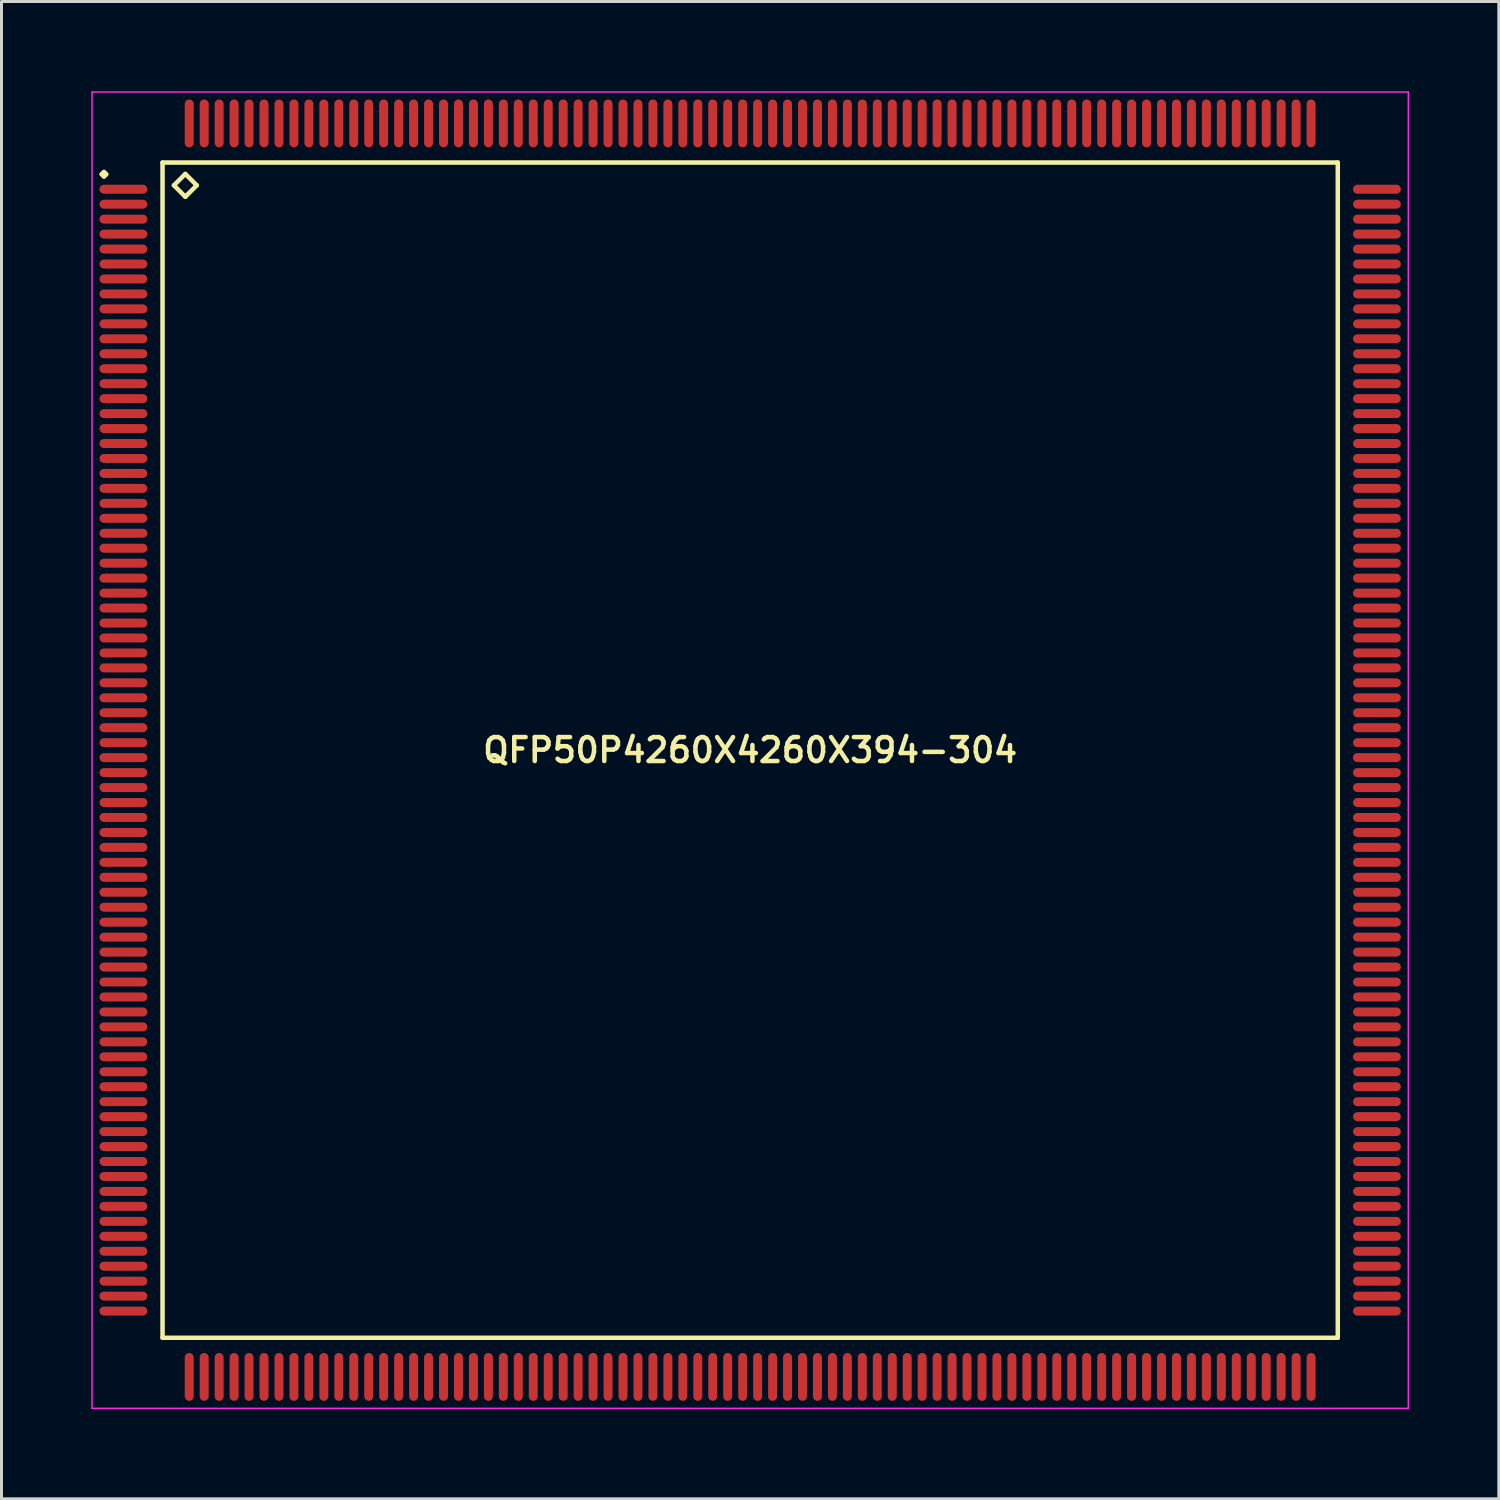
<source format=kicad_pcb>
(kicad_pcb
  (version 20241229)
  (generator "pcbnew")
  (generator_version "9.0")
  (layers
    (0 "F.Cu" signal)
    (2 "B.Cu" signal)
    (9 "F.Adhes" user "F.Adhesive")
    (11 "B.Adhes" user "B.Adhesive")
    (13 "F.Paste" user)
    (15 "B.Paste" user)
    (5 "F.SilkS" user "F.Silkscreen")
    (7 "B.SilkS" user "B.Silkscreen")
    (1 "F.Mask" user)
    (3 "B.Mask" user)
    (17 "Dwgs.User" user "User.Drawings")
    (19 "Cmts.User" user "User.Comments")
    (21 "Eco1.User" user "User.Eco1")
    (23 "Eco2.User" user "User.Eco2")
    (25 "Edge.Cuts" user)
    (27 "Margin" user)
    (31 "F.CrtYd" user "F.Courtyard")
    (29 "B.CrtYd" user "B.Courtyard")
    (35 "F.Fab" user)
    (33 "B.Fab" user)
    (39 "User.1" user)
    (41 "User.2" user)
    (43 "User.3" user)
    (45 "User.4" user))
  (footprint "QFP50P4260X4260X394-304"
    (layer "F.Cu")
    (at 22.025 22.025)
    (property "Reference" "QFP50P4260X4260X394-304" (at 0 0 0) (layer "F.SilkS") (effects (font (size 0.8 0.8) (thickness 0.15))))
    (attr smd)
    (fp_line (start -21.675 -19.25) (end -21.6 -19.325) (stroke (width 0.15) (type solid)) (layer "F.SilkS"))
    (fp_line (start -21.6 -19.325) (end -21.525 -19.25) (stroke (width 0.15) (type solid)) (layer "F.SilkS"))
    (fp_line (start -21.6 -19.175) (end -21.675 -19.25) (stroke (width 0.15) (type solid)) (layer "F.SilkS"))
    (fp_line (start -21.525 -19.25) (end -21.6 -19.175) (stroke (width 0.15) (type solid)) (layer "F.SilkS"))
    (fp_line (start -19.642 -19.642) (end -19.642 19.642) (stroke (width 0.15) (type solid)) (layer "F.SilkS"))
    (fp_line (start -19.642 19.642) (end 19.642 19.642) (stroke (width 0.15) (type solid)) (layer "F.SilkS"))
    (fp_line (start -19.261 -18.88) (end -18.88 -19.261) (stroke (width 0.15) (type solid)) (layer "F.SilkS"))
    (fp_line (start -18.88 -19.261) (end -18.499 -18.88) (stroke (width 0.15) (type solid)) (layer "F.SilkS"))
    (fp_line (start -18.88 -18.499) (end -19.261 -18.88) (stroke (width 0.15) (type solid)) (layer "F.SilkS"))
    (fp_line (start -18.499 -18.88) (end -18.88 -18.499) (stroke (width 0.15) (type solid)) (layer "F.SilkS"))
    (fp_line (start 19.642 -19.642) (end -19.642 -19.642) (stroke (width 0.15) (type solid)) (layer "F.SilkS"))
    (fp_line (start 19.642 19.642) (end 19.642 -19.642) (stroke (width 0.15) (type solid)) (layer "F.SilkS"))
    (fp_line (start -22 -22) (end 22 -22) (stroke (width 0.05) (type solid)) (layer "F.CrtYd"))
    (fp_line (start -22 22) (end -22 -22) (stroke (width 0.05) (type solid)) (layer "F.CrtYd"))
    (fp_line (start 22 -22) (end 22 22) (stroke (width 0.05) (type solid)) (layer "F.CrtYd"))
    (fp_line (start 22 22) (end -22 22) (stroke (width 0.05) (type solid)) (layer "F.CrtYd"))
    (pad "1" smd oval (at -20.95 -18.75) (size 1.6 0.3) (layers "F.Cu" "F.Mask" "F.Paste"))
    (pad "2" smd oval (at -20.95 -18.25) (size 1.6 0.3) (layers "F.Cu" "F.Mask" "F.Paste"))
    (pad "3" smd oval (at -20.95 -17.75) (size 1.6 0.3) (layers "F.Cu" "F.Mask" "F.Paste"))
    (pad "4" smd oval (at -20.95 -17.25) (size 1.6 0.3) (layers "F.Cu" "F.Mask" "F.Paste"))
    (pad "5" smd oval (at -20.95 -16.75) (size 1.6 0.3) (layers "F.Cu" "F.Mask" "F.Paste"))
    (pad "6" smd oval (at -20.95 -16.25) (size 1.6 0.3) (layers "F.Cu" "F.Mask" "F.Paste"))
    (pad "7" smd oval (at -20.95 -15.75) (size 1.6 0.3) (layers "F.Cu" "F.Mask" "F.Paste"))
    (pad "8" smd oval (at -20.95 -15.25) (size 1.6 0.3) (layers "F.Cu" "F.Mask" "F.Paste"))
    (pad "9" smd oval (at -20.95 -14.75) (size 1.6 0.3) (layers "F.Cu" "F.Mask" "F.Paste"))
    (pad "10" smd oval (at -20.95 -14.25) (size 1.6 0.3) (layers "F.Cu" "F.Mask" "F.Paste"))
    (pad "11" smd oval (at -20.95 -13.75) (size 1.6 0.3) (layers "F.Cu" "F.Mask" "F.Paste"))
    (pad "12" smd oval (at -20.95 -13.25) (size 1.6 0.3) (layers "F.Cu" "F.Mask" "F.Paste"))
    (pad "13" smd oval (at -20.95 -12.75) (size 1.6 0.3) (layers "F.Cu" "F.Mask" "F.Paste"))
    (pad "14" smd oval (at -20.95 -12.25) (size 1.6 0.3) (layers "F.Cu" "F.Mask" "F.Paste"))
    (pad "15" smd oval (at -20.95 -11.75) (size 1.6 0.3) (layers "F.Cu" "F.Mask" "F.Paste"))
    (pad "16" smd oval (at -20.95 -11.25) (size 1.6 0.3) (layers "F.Cu" "F.Mask" "F.Paste"))
    (pad "17" smd oval (at -20.95 -10.75) (size 1.6 0.3) (layers "F.Cu" "F.Mask" "F.Paste"))
    (pad "18" smd oval (at -20.95 -10.25) (size 1.6 0.3) (layers "F.Cu" "F.Mask" "F.Paste"))
    (pad "19" smd oval (at -20.95 -9.75) (size 1.6 0.3) (layers "F.Cu" "F.Mask" "F.Paste"))
    (pad "20" smd oval (at -20.95 -9.25) (size 1.6 0.3) (layers "F.Cu" "F.Mask" "F.Paste"))
    (pad "21" smd oval (at -20.95 -8.75) (size 1.6 0.3) (layers "F.Cu" "F.Mask" "F.Paste"))
    (pad "22" smd oval (at -20.95 -8.25) (size 1.6 0.3) (layers "F.Cu" "F.Mask" "F.Paste"))
    (pad "23" smd oval (at -20.95 -7.75) (size 1.6 0.3) (layers "F.Cu" "F.Mask" "F.Paste"))
    (pad "24" smd oval (at -20.95 -7.25) (size 1.6 0.3) (layers "F.Cu" "F.Mask" "F.Paste"))
    (pad "25" smd oval (at -20.95 -6.75) (size 1.6 0.3) (layers "F.Cu" "F.Mask" "F.Paste"))
    (pad "26" smd oval (at -20.95 -6.25) (size 1.6 0.3) (layers "F.Cu" "F.Mask" "F.Paste"))
    (pad "27" smd oval (at -20.95 -5.75) (size 1.6 0.3) (layers "F.Cu" "F.Mask" "F.Paste"))
    (pad "28" smd oval (at -20.95 -5.25) (size 1.6 0.3) (layers "F.Cu" "F.Mask" "F.Paste"))
    (pad "29" smd oval (at -20.95 -4.75) (size 1.6 0.3) (layers "F.Cu" "F.Mask" "F.Paste"))
    (pad "30" smd oval (at -20.95 -4.25) (size 1.6 0.3) (layers "F.Cu" "F.Mask" "F.Paste"))
    (pad "31" smd oval (at -20.95 -3.75) (size 1.6 0.3) (layers "F.Cu" "F.Mask" "F.Paste"))
    (pad "32" smd oval (at -20.95 -3.25) (size 1.6 0.3) (layers "F.Cu" "F.Mask" "F.Paste"))
    (pad "33" smd oval (at -20.95 -2.75) (size 1.6 0.3) (layers "F.Cu" "F.Mask" "F.Paste"))
    (pad "34" smd oval (at -20.95 -2.25) (size 1.6 0.3) (layers "F.Cu" "F.Mask" "F.Paste"))
    (pad "35" smd oval (at -20.95 -1.75) (size 1.6 0.3) (layers "F.Cu" "F.Mask" "F.Paste"))
    (pad "36" smd oval (at -20.95 -1.25) (size 1.6 0.3) (layers "F.Cu" "F.Mask" "F.Paste"))
    (pad "37" smd oval (at -20.95 -0.75) (size 1.6 0.3) (layers "F.Cu" "F.Mask" "F.Paste"))
    (pad "38" smd oval (at -20.95 -0.25) (size 1.6 0.3) (layers "F.Cu" "F.Mask" "F.Paste"))
    (pad "39" smd oval (at -20.95 0.25) (size 1.6 0.3) (layers "F.Cu" "F.Mask" "F.Paste"))
    (pad "40" smd oval (at -20.95 0.75) (size 1.6 0.3) (layers "F.Cu" "F.Mask" "F.Paste"))
    (pad "41" smd oval (at -20.95 1.25) (size 1.6 0.3) (layers "F.Cu" "F.Mask" "F.Paste"))
    (pad "42" smd oval (at -20.95 1.75) (size 1.6 0.3) (layers "F.Cu" "F.Mask" "F.Paste"))
    (pad "43" smd oval (at -20.95 2.25) (size 1.6 0.3) (layers "F.Cu" "F.Mask" "F.Paste"))
    (pad "44" smd oval (at -20.95 2.75) (size 1.6 0.3) (layers "F.Cu" "F.Mask" "F.Paste"))
    (pad "45" smd oval (at -20.95 3.25) (size 1.6 0.3) (layers "F.Cu" "F.Mask" "F.Paste"))
    (pad "46" smd oval (at -20.95 3.75) (size 1.6 0.3) (layers "F.Cu" "F.Mask" "F.Paste"))
    (pad "47" smd oval (at -20.95 4.25) (size 1.6 0.3) (layers "F.Cu" "F.Mask" "F.Paste"))
    (pad "48" smd oval (at -20.95 4.75) (size 1.6 0.3) (layers "F.Cu" "F.Mask" "F.Paste"))
    (pad "49" smd oval (at -20.95 5.25) (size 1.6 0.3) (layers "F.Cu" "F.Mask" "F.Paste"))
    (pad "50" smd oval (at -20.95 5.75) (size 1.6 0.3) (layers "F.Cu" "F.Mask" "F.Paste"))
    (pad "51" smd oval (at -20.95 6.25) (size 1.6 0.3) (layers "F.Cu" "F.Mask" "F.Paste"))
    (pad "52" smd oval (at -20.95 6.75) (size 1.6 0.3) (layers "F.Cu" "F.Mask" "F.Paste"))
    (pad "53" smd oval (at -20.95 7.25) (size 1.6 0.3) (layers "F.Cu" "F.Mask" "F.Paste"))
    (pad "54" smd oval (at -20.95 7.75) (size 1.6 0.3) (layers "F.Cu" "F.Mask" "F.Paste"))
    (pad "55" smd oval (at -20.95 8.25) (size 1.6 0.3) (layers "F.Cu" "F.Mask" "F.Paste"))
    (pad "56" smd oval (at -20.95 8.75) (size 1.6 0.3) (layers "F.Cu" "F.Mask" "F.Paste"))
    (pad "57" smd oval (at -20.95 9.25) (size 1.6 0.3) (layers "F.Cu" "F.Mask" "F.Paste"))
    (pad "58" smd oval (at -20.95 9.75) (size 1.6 0.3) (layers "F.Cu" "F.Mask" "F.Paste"))
    (pad "59" smd oval (at -20.95 10.25) (size 1.6 0.3) (layers "F.Cu" "F.Mask" "F.Paste"))
    (pad "60" smd oval (at -20.95 10.75) (size 1.6 0.3) (layers "F.Cu" "F.Mask" "F.Paste"))
    (pad "61" smd oval (at -20.95 11.25) (size 1.6 0.3) (layers "F.Cu" "F.Mask" "F.Paste"))
    (pad "62" smd oval (at -20.95 11.75) (size 1.6 0.3) (layers "F.Cu" "F.Mask" "F.Paste"))
    (pad "63" smd oval (at -20.95 12.25) (size 1.6 0.3) (layers "F.Cu" "F.Mask" "F.Paste"))
    (pad "64" smd oval (at -20.95 12.75) (size 1.6 0.3) (layers "F.Cu" "F.Mask" "F.Paste"))
    (pad "65" smd oval (at -20.95 13.25) (size 1.6 0.3) (layers "F.Cu" "F.Mask" "F.Paste"))
    (pad "66" smd oval (at -20.95 13.75) (size 1.6 0.3) (layers "F.Cu" "F.Mask" "F.Paste"))
    (pad "67" smd oval (at -20.95 14.25) (size 1.6 0.3) (layers "F.Cu" "F.Mask" "F.Paste"))
    (pad "68" smd oval (at -20.95 14.75) (size 1.6 0.3) (layers "F.Cu" "F.Mask" "F.Paste"))
    (pad "69" smd oval (at -20.95 15.25) (size 1.6 0.3) (layers "F.Cu" "F.Mask" "F.Paste"))
    (pad "70" smd oval (at -20.95 15.75) (size 1.6 0.3) (layers "F.Cu" "F.Mask" "F.Paste"))
    (pad "71" smd oval (at -20.95 16.25) (size 1.6 0.3) (layers "F.Cu" "F.Mask" "F.Paste"))
    (pad "72" smd oval (at -20.95 16.75) (size 1.6 0.3) (layers "F.Cu" "F.Mask" "F.Paste"))
    (pad "73" smd oval (at -20.95 17.25) (size 1.6 0.3) (layers "F.Cu" "F.Mask" "F.Paste"))
    (pad "74" smd oval (at -20.95 17.75) (size 1.6 0.3) (layers "F.Cu" "F.Mask" "F.Paste"))
    (pad "75" smd oval (at -20.95 18.25) (size 1.6 0.3) (layers "F.Cu" "F.Mask" "F.Paste"))
    (pad "76" smd oval (at -20.95 18.75) (size 1.6 0.3) (layers "F.Cu" "F.Mask" "F.Paste"))
    (pad "77" smd oval (at -18.75 20.95) (size 0.3 1.6) (layers "F.Cu" "F.Mask" "F.Paste"))
    (pad "78" smd oval (at -18.25 20.95) (size 0.3 1.6) (layers "F.Cu" "F.Mask" "F.Paste"))
    (pad "79" smd oval (at -17.75 20.95) (size 0.3 1.6) (layers "F.Cu" "F.Mask" "F.Paste"))
    (pad "80" smd oval (at -17.25 20.95) (size 0.3 1.6) (layers "F.Cu" "F.Mask" "F.Paste"))
    (pad "81" smd oval (at -16.75 20.95) (size 0.3 1.6) (layers "F.Cu" "F.Mask" "F.Paste"))
    (pad "82" smd oval (at -16.25 20.95) (size 0.3 1.6) (layers "F.Cu" "F.Mask" "F.Paste"))
    (pad "83" smd oval (at -15.75 20.95) (size 0.3 1.6) (layers "F.Cu" "F.Mask" "F.Paste"))
    (pad "84" smd oval (at -15.25 20.95) (size 0.3 1.6) (layers "F.Cu" "F.Mask" "F.Paste"))
    (pad "85" smd oval (at -14.75 20.95) (size 0.3 1.6) (layers "F.Cu" "F.Mask" "F.Paste"))
    (pad "86" smd oval (at -14.25 20.95) (size 0.3 1.6) (layers "F.Cu" "F.Mask" "F.Paste"))
    (pad "87" smd oval (at -13.75 20.95) (size 0.3 1.6) (layers "F.Cu" "F.Mask" "F.Paste"))
    (pad "88" smd oval (at -13.25 20.95) (size 0.3 1.6) (layers "F.Cu" "F.Mask" "F.Paste"))
    (pad "89" smd oval (at -12.75 20.95) (size 0.3 1.6) (layers "F.Cu" "F.Mask" "F.Paste"))
    (pad "90" smd oval (at -12.25 20.95) (size 0.3 1.6) (layers "F.Cu" "F.Mask" "F.Paste"))
    (pad "91" smd oval (at -11.75 20.95) (size 0.3 1.6) (layers "F.Cu" "F.Mask" "F.Paste"))
    (pad "92" smd oval (at -11.25 20.95) (size 0.3 1.6) (layers "F.Cu" "F.Mask" "F.Paste"))
    (pad "93" smd oval (at -10.75 20.95) (size 0.3 1.6) (layers "F.Cu" "F.Mask" "F.Paste"))
    (pad "94" smd oval (at -10.25 20.95) (size 0.3 1.6) (layers "F.Cu" "F.Mask" "F.Paste"))
    (pad "95" smd oval (at -9.75 20.95) (size 0.3 1.6) (layers "F.Cu" "F.Mask" "F.Paste"))
    (pad "96" smd oval (at -9.25 20.95) (size 0.3 1.6) (layers "F.Cu" "F.Mask" "F.Paste"))
    (pad "97" smd oval (at -8.75 20.95) (size 0.3 1.6) (layers "F.Cu" "F.Mask" "F.Paste"))
    (pad "98" smd oval (at -8.25 20.95) (size 0.3 1.6) (layers "F.Cu" "F.Mask" "F.Paste"))
    (pad "99" smd oval (at -7.75 20.95) (size 0.3 1.6) (layers "F.Cu" "F.Mask" "F.Paste"))
    (pad "100" smd oval (at -7.25 20.95) (size 0.3 1.6) (layers "F.Cu" "F.Mask" "F.Paste"))
    (pad "101" smd oval (at -6.75 20.95) (size 0.3 1.6) (layers "F.Cu" "F.Mask" "F.Paste"))
    (pad "102" smd oval (at -6.25 20.95) (size 0.3 1.6) (layers "F.Cu" "F.Mask" "F.Paste"))
    (pad "103" smd oval (at -5.75 20.95) (size 0.3 1.6) (layers "F.Cu" "F.Mask" "F.Paste"))
    (pad "104" smd oval (at -5.25 20.95) (size 0.3 1.6) (layers "F.Cu" "F.Mask" "F.Paste"))
    (pad "105" smd oval (at -4.75 20.95) (size 0.3 1.6) (layers "F.Cu" "F.Mask" "F.Paste"))
    (pad "106" smd oval (at -4.25 20.95) (size 0.3 1.6) (layers "F.Cu" "F.Mask" "F.Paste"))
    (pad "107" smd oval (at -3.75 20.95) (size 0.3 1.6) (layers "F.Cu" "F.Mask" "F.Paste"))
    (pad "108" smd oval (at -3.25 20.95) (size 0.3 1.6) (layers "F.Cu" "F.Mask" "F.Paste"))
    (pad "109" smd oval (at -2.75 20.95) (size 0.3 1.6) (layers "F.Cu" "F.Mask" "F.Paste"))
    (pad "110" smd oval (at -2.25 20.95) (size 0.3 1.6) (layers "F.Cu" "F.Mask" "F.Paste"))
    (pad "111" smd oval (at -1.75 20.95) (size 0.3 1.6) (layers "F.Cu" "F.Mask" "F.Paste"))
    (pad "112" smd oval (at -1.25 20.95) (size 0.3 1.6) (layers "F.Cu" "F.Mask" "F.Paste"))
    (pad "113" smd oval (at -0.75 20.95) (size 0.3 1.6) (layers "F.Cu" "F.Mask" "F.Paste"))
    (pad "114" smd oval (at -0.25 20.95) (size 0.3 1.6) (layers "F.Cu" "F.Mask" "F.Paste"))
    (pad "115" smd oval (at 0.25 20.95) (size 0.3 1.6) (layers "F.Cu" "F.Mask" "F.Paste"))
    (pad "116" smd oval (at 0.75 20.95) (size 0.3 1.6) (layers "F.Cu" "F.Mask" "F.Paste"))
    (pad "117" smd oval (at 1.25 20.95) (size 0.3 1.6) (layers "F.Cu" "F.Mask" "F.Paste"))
    (pad "118" smd oval (at 1.75 20.95) (size 0.3 1.6) (layers "F.Cu" "F.Mask" "F.Paste"))
    (pad "119" smd oval (at 2.25 20.95) (size 0.3 1.6) (layers "F.Cu" "F.Mask" "F.Paste"))
    (pad "120" smd oval (at 2.75 20.95) (size 0.3 1.6) (layers "F.Cu" "F.Mask" "F.Paste"))
    (pad "121" smd oval (at 3.25 20.95) (size 0.3 1.6) (layers "F.Cu" "F.Mask" "F.Paste"))
    (pad "122" smd oval (at 3.75 20.95) (size 0.3 1.6) (layers "F.Cu" "F.Mask" "F.Paste"))
    (pad "123" smd oval (at 4.25 20.95) (size 0.3 1.6) (layers "F.Cu" "F.Mask" "F.Paste"))
    (pad "124" smd oval (at 4.75 20.95) (size 0.3 1.6) (layers "F.Cu" "F.Mask" "F.Paste"))
    (pad "125" smd oval (at 5.25 20.95) (size 0.3 1.6) (layers "F.Cu" "F.Mask" "F.Paste"))
    (pad "126" smd oval (at 5.75 20.95) (size 0.3 1.6) (layers "F.Cu" "F.Mask" "F.Paste"))
    (pad "127" smd oval (at 6.25 20.95) (size 0.3 1.6) (layers "F.Cu" "F.Mask" "F.Paste"))
    (pad "128" smd oval (at 6.75 20.95) (size 0.3 1.6) (layers "F.Cu" "F.Mask" "F.Paste"))
    (pad "129" smd oval (at 7.25 20.95) (size 0.3 1.6) (layers "F.Cu" "F.Mask" "F.Paste"))
    (pad "130" smd oval (at 7.75 20.95) (size 0.3 1.6) (layers "F.Cu" "F.Mask" "F.Paste"))
    (pad "131" smd oval (at 8.25 20.95) (size 0.3 1.6) (layers "F.Cu" "F.Mask" "F.Paste"))
    (pad "132" smd oval (at 8.75 20.95) (size 0.3 1.6) (layers "F.Cu" "F.Mask" "F.Paste"))
    (pad "133" smd oval (at 9.25 20.95) (size 0.3 1.6) (layers "F.Cu" "F.Mask" "F.Paste"))
    (pad "134" smd oval (at 9.75 20.95) (size 0.3 1.6) (layers "F.Cu" "F.Mask" "F.Paste"))
    (pad "135" smd oval (at 10.25 20.95) (size 0.3 1.6) (layers "F.Cu" "F.Mask" "F.Paste"))
    (pad "136" smd oval (at 10.75 20.95) (size 0.3 1.6) (layers "F.Cu" "F.Mask" "F.Paste"))
    (pad "137" smd oval (at 11.25 20.95) (size 0.3 1.6) (layers "F.Cu" "F.Mask" "F.Paste"))
    (pad "138" smd oval (at 11.75 20.95) (size 0.3 1.6) (layers "F.Cu" "F.Mask" "F.Paste"))
    (pad "139" smd oval (at 12.25 20.95) (size 0.3 1.6) (layers "F.Cu" "F.Mask" "F.Paste"))
    (pad "140" smd oval (at 12.75 20.95) (size 0.3 1.6) (layers "F.Cu" "F.Mask" "F.Paste"))
    (pad "141" smd oval (at 13.25 20.95) (size 0.3 1.6) (layers "F.Cu" "F.Mask" "F.Paste"))
    (pad "142" smd oval (at 13.75 20.95) (size 0.3 1.6) (layers "F.Cu" "F.Mask" "F.Paste"))
    (pad "143" smd oval (at 14.25 20.95) (size 0.3 1.6) (layers "F.Cu" "F.Mask" "F.Paste"))
    (pad "144" smd oval (at 14.75 20.95) (size 0.3 1.6) (layers "F.Cu" "F.Mask" "F.Paste"))
    (pad "145" smd oval (at 15.25 20.95) (size 0.3 1.6) (layers "F.Cu" "F.Mask" "F.Paste"))
    (pad "146" smd oval (at 15.75 20.95) (size 0.3 1.6) (layers "F.Cu" "F.Mask" "F.Paste"))
    (pad "147" smd oval (at 16.25 20.95) (size 0.3 1.6) (layers "F.Cu" "F.Mask" "F.Paste"))
    (pad "148" smd oval (at 16.75 20.95) (size 0.3 1.6) (layers "F.Cu" "F.Mask" "F.Paste"))
    (pad "149" smd oval (at 17.25 20.95) (size 0.3 1.6) (layers "F.Cu" "F.Mask" "F.Paste"))
    (pad "150" smd oval (at 17.75 20.95) (size 0.3 1.6) (layers "F.Cu" "F.Mask" "F.Paste"))
    (pad "151" smd oval (at 18.25 20.95) (size 0.3 1.6) (layers "F.Cu" "F.Mask" "F.Paste"))
    (pad "152" smd oval (at 18.75 20.95) (size 0.3 1.6) (layers "F.Cu" "F.Mask" "F.Paste"))
    (pad "153" smd oval (at 20.95 18.75) (size 1.6 0.3) (layers "F.Cu" "F.Mask" "F.Paste"))
    (pad "154" smd oval (at 20.95 18.25) (size 1.6 0.3) (layers "F.Cu" "F.Mask" "F.Paste"))
    (pad "155" smd oval (at 20.95 17.75) (size 1.6 0.3) (layers "F.Cu" "F.Mask" "F.Paste"))
    (pad "156" smd oval (at 20.95 17.25) (size 1.6 0.3) (layers "F.Cu" "F.Mask" "F.Paste"))
    (pad "157" smd oval (at 20.95 16.75) (size 1.6 0.3) (layers "F.Cu" "F.Mask" "F.Paste"))
    (pad "158" smd oval (at 20.95 16.25) (size 1.6 0.3) (layers "F.Cu" "F.Mask" "F.Paste"))
    (pad "159" smd oval (at 20.95 15.75) (size 1.6 0.3) (layers "F.Cu" "F.Mask" "F.Paste"))
    (pad "160" smd oval (at 20.95 15.25) (size 1.6 0.3) (layers "F.Cu" "F.Mask" "F.Paste"))
    (pad "161" smd oval (at 20.95 14.75) (size 1.6 0.3) (layers "F.Cu" "F.Mask" "F.Paste"))
    (pad "162" smd oval (at 20.95 14.25) (size 1.6 0.3) (layers "F.Cu" "F.Mask" "F.Paste"))
    (pad "163" smd oval (at 20.95 13.75) (size 1.6 0.3) (layers "F.Cu" "F.Mask" "F.Paste"))
    (pad "164" smd oval (at 20.95 13.25) (size 1.6 0.3) (layers "F.Cu" "F.Mask" "F.Paste"))
    (pad "165" smd oval (at 20.95 12.75) (size 1.6 0.3) (layers "F.Cu" "F.Mask" "F.Paste"))
    (pad "166" smd oval (at 20.95 12.25) (size 1.6 0.3) (layers "F.Cu" "F.Mask" "F.Paste"))
    (pad "167" smd oval (at 20.95 11.75) (size 1.6 0.3) (layers "F.Cu" "F.Mask" "F.Paste"))
    (pad "168" smd oval (at 20.95 11.25) (size 1.6 0.3) (layers "F.Cu" "F.Mask" "F.Paste"))
    (pad "169" smd oval (at 20.95 10.75) (size 1.6 0.3) (layers "F.Cu" "F.Mask" "F.Paste"))
    (pad "170" smd oval (at 20.95 10.25) (size 1.6 0.3) (layers "F.Cu" "F.Mask" "F.Paste"))
    (pad "171" smd oval (at 20.95 9.75) (size 1.6 0.3) (layers "F.Cu" "F.Mask" "F.Paste"))
    (pad "172" smd oval (at 20.95 9.25) (size 1.6 0.3) (layers "F.Cu" "F.Mask" "F.Paste"))
    (pad "173" smd oval (at 20.95 8.75) (size 1.6 0.3) (layers "F.Cu" "F.Mask" "F.Paste"))
    (pad "174" smd oval (at 20.95 8.25) (size 1.6 0.3) (layers "F.Cu" "F.Mask" "F.Paste"))
    (pad "175" smd oval (at 20.95 7.75) (size 1.6 0.3) (layers "F.Cu" "F.Mask" "F.Paste"))
    (pad "176" smd oval (at 20.95 7.25) (size 1.6 0.3) (layers "F.Cu" "F.Mask" "F.Paste"))
    (pad "177" smd oval (at 20.95 6.75) (size 1.6 0.3) (layers "F.Cu" "F.Mask" "F.Paste"))
    (pad "178" smd oval (at 20.95 6.25) (size 1.6 0.3) (layers "F.Cu" "F.Mask" "F.Paste"))
    (pad "179" smd oval (at 20.95 5.75) (size 1.6 0.3) (layers "F.Cu" "F.Mask" "F.Paste"))
    (pad "180" smd oval (at 20.95 5.25) (size 1.6 0.3) (layers "F.Cu" "F.Mask" "F.Paste"))
    (pad "181" smd oval (at 20.95 4.75) (size 1.6 0.3) (layers "F.Cu" "F.Mask" "F.Paste"))
    (pad "182" smd oval (at 20.95 4.25) (size 1.6 0.3) (layers "F.Cu" "F.Mask" "F.Paste"))
    (pad "183" smd oval (at 20.95 3.75) (size 1.6 0.3) (layers "F.Cu" "F.Mask" "F.Paste"))
    (pad "184" smd oval (at 20.95 3.25) (size 1.6 0.3) (layers "F.Cu" "F.Mask" "F.Paste"))
    (pad "185" smd oval (at 20.95 2.75) (size 1.6 0.3) (layers "F.Cu" "F.Mask" "F.Paste"))
    (pad "186" smd oval (at 20.95 2.25) (size 1.6 0.3) (layers "F.Cu" "F.Mask" "F.Paste"))
    (pad "187" smd oval (at 20.95 1.75) (size 1.6 0.3) (layers "F.Cu" "F.Mask" "F.Paste"))
    (pad "188" smd oval (at 20.95 1.25) (size 1.6 0.3) (layers "F.Cu" "F.Mask" "F.Paste"))
    (pad "189" smd oval (at 20.95 0.75) (size 1.6 0.3) (layers "F.Cu" "F.Mask" "F.Paste"))
    (pad "190" smd oval (at 20.95 0.25) (size 1.6 0.3) (layers "F.Cu" "F.Mask" "F.Paste"))
    (pad "191" smd oval (at 20.95 -0.25) (size 1.6 0.3) (layers "F.Cu" "F.Mask" "F.Paste"))
    (pad "192" smd oval (at 20.95 -0.75) (size 1.6 0.3) (layers "F.Cu" "F.Mask" "F.Paste"))
    (pad "193" smd oval (at 20.95 -1.25) (size 1.6 0.3) (layers "F.Cu" "F.Mask" "F.Paste"))
    (pad "194" smd oval (at 20.95 -1.75) (size 1.6 0.3) (layers "F.Cu" "F.Mask" "F.Paste"))
    (pad "195" smd oval (at 20.95 -2.25) (size 1.6 0.3) (layers "F.Cu" "F.Mask" "F.Paste"))
    (pad "196" smd oval (at 20.95 -2.75) (size 1.6 0.3) (layers "F.Cu" "F.Mask" "F.Paste"))
    (pad "197" smd oval (at 20.95 -3.25) (size 1.6 0.3) (layers "F.Cu" "F.Mask" "F.Paste"))
    (pad "198" smd oval (at 20.95 -3.75) (size 1.6 0.3) (layers "F.Cu" "F.Mask" "F.Paste"))
    (pad "199" smd oval (at 20.95 -4.25) (size 1.6 0.3) (layers "F.Cu" "F.Mask" "F.Paste"))
    (pad "200" smd oval (at 20.95 -4.75) (size 1.6 0.3) (layers "F.Cu" "F.Mask" "F.Paste"))
    (pad "201" smd oval (at 20.95 -5.25) (size 1.6 0.3) (layers "F.Cu" "F.Mask" "F.Paste"))
    (pad "202" smd oval (at 20.95 -5.75) (size 1.6 0.3) (layers "F.Cu" "F.Mask" "F.Paste"))
    (pad "203" smd oval (at 20.95 -6.25) (size 1.6 0.3) (layers "F.Cu" "F.Mask" "F.Paste"))
    (pad "204" smd oval (at 20.95 -6.75) (size 1.6 0.3) (layers "F.Cu" "F.Mask" "F.Paste"))
    (pad "205" smd oval (at 20.95 -7.25) (size 1.6 0.3) (layers "F.Cu" "F.Mask" "F.Paste"))
    (pad "206" smd oval (at 20.95 -7.75) (size 1.6 0.3) (layers "F.Cu" "F.Mask" "F.Paste"))
    (pad "207" smd oval (at 20.95 -8.25) (size 1.6 0.3) (layers "F.Cu" "F.Mask" "F.Paste"))
    (pad "208" smd oval (at 20.95 -8.75) (size 1.6 0.3) (layers "F.Cu" "F.Mask" "F.Paste"))
    (pad "209" smd oval (at 20.95 -9.25) (size 1.6 0.3) (layers "F.Cu" "F.Mask" "F.Paste"))
    (pad "210" smd oval (at 20.95 -9.75) (size 1.6 0.3) (layers "F.Cu" "F.Mask" "F.Paste"))
    (pad "211" smd oval (at 20.95 -10.25) (size 1.6 0.3) (layers "F.Cu" "F.Mask" "F.Paste"))
    (pad "212" smd oval (at 20.95 -10.75) (size 1.6 0.3) (layers "F.Cu" "F.Mask" "F.Paste"))
    (pad "213" smd oval (at 20.95 -11.25) (size 1.6 0.3) (layers "F.Cu" "F.Mask" "F.Paste"))
    (pad "214" smd oval (at 20.95 -11.75) (size 1.6 0.3) (layers "F.Cu" "F.Mask" "F.Paste"))
    (pad "215" smd oval (at 20.95 -12.25) (size 1.6 0.3) (layers "F.Cu" "F.Mask" "F.Paste"))
    (pad "216" smd oval (at 20.95 -12.75) (size 1.6 0.3) (layers "F.Cu" "F.Mask" "F.Paste"))
    (pad "217" smd oval (at 20.95 -13.25) (size 1.6 0.3) (layers "F.Cu" "F.Mask" "F.Paste"))
    (pad "218" smd oval (at 20.95 -13.75) (size 1.6 0.3) (layers "F.Cu" "F.Mask" "F.Paste"))
    (pad "219" smd oval (at 20.95 -14.25) (size 1.6 0.3) (layers "F.Cu" "F.Mask" "F.Paste"))
    (pad "220" smd oval (at 20.95 -14.75) (size 1.6 0.3) (layers "F.Cu" "F.Mask" "F.Paste"))
    (pad "221" smd oval (at 20.95 -15.25) (size 1.6 0.3) (layers "F.Cu" "F.Mask" "F.Paste"))
    (pad "222" smd oval (at 20.95 -15.75) (size 1.6 0.3) (layers "F.Cu" "F.Mask" "F.Paste"))
    (pad "223" smd oval (at 20.95 -16.25) (size 1.6 0.3) (layers "F.Cu" "F.Mask" "F.Paste"))
    (pad "224" smd oval (at 20.95 -16.75) (size 1.6 0.3) (layers "F.Cu" "F.Mask" "F.Paste"))
    (pad "225" smd oval (at 20.95 -17.25) (size 1.6 0.3) (layers "F.Cu" "F.Mask" "F.Paste"))
    (pad "226" smd oval (at 20.95 -17.75) (size 1.6 0.3) (layers "F.Cu" "F.Mask" "F.Paste"))
    (pad "227" smd oval (at 20.95 -18.25) (size 1.6 0.3) (layers "F.Cu" "F.Mask" "F.Paste"))
    (pad "228" smd oval (at 20.95 -18.75) (size 1.6 0.3) (layers "F.Cu" "F.Mask" "F.Paste"))
    (pad "229" smd oval (at 18.75 -20.95) (size 0.3 1.6) (layers "F.Cu" "F.Mask" "F.Paste"))
    (pad "230" smd oval (at 18.25 -20.95) (size 0.3 1.6) (layers "F.Cu" "F.Mask" "F.Paste"))
    (pad "231" smd oval (at 17.75 -20.95) (size 0.3 1.6) (layers "F.Cu" "F.Mask" "F.Paste"))
    (pad "232" smd oval (at 17.25 -20.95) (size 0.3 1.6) (layers "F.Cu" "F.Mask" "F.Paste"))
    (pad "233" smd oval (at 16.75 -20.95) (size 0.3 1.6) (layers "F.Cu" "F.Mask" "F.Paste"))
    (pad "234" smd oval (at 16.25 -20.95) (size 0.3 1.6) (layers "F.Cu" "F.Mask" "F.Paste"))
    (pad "235" smd oval (at 15.75 -20.95) (size 0.3 1.6) (layers "F.Cu" "F.Mask" "F.Paste"))
    (pad "236" smd oval (at 15.25 -20.95) (size 0.3 1.6) (layers "F.Cu" "F.Mask" "F.Paste"))
    (pad "237" smd oval (at 14.75 -20.95) (size 0.3 1.6) (layers "F.Cu" "F.Mask" "F.Paste"))
    (pad "238" smd oval (at 14.25 -20.95) (size 0.3 1.6) (layers "F.Cu" "F.Mask" "F.Paste"))
    (pad "239" smd oval (at 13.75 -20.95) (size 0.3 1.6) (layers "F.Cu" "F.Mask" "F.Paste"))
    (pad "240" smd oval (at 13.25 -20.95) (size 0.3 1.6) (layers "F.Cu" "F.Mask" "F.Paste"))
    (pad "241" smd oval (at 12.75 -20.95) (size 0.3 1.6) (layers "F.Cu" "F.Mask" "F.Paste"))
    (pad "242" smd oval (at 12.25 -20.95) (size 0.3 1.6) (layers "F.Cu" "F.Mask" "F.Paste"))
    (pad "243" smd oval (at 11.75 -20.95) (size 0.3 1.6) (layers "F.Cu" "F.Mask" "F.Paste"))
    (pad "244" smd oval (at 11.25 -20.95) (size 0.3 1.6) (layers "F.Cu" "F.Mask" "F.Paste"))
    (pad "245" smd oval (at 10.75 -20.95) (size 0.3 1.6) (layers "F.Cu" "F.Mask" "F.Paste"))
    (pad "246" smd oval (at 10.25 -20.95) (size 0.3 1.6) (layers "F.Cu" "F.Mask" "F.Paste"))
    (pad "247" smd oval (at 9.75 -20.95) (size 0.3 1.6) (layers "F.Cu" "F.Mask" "F.Paste"))
    (pad "248" smd oval (at 9.25 -20.95) (size 0.3 1.6) (layers "F.Cu" "F.Mask" "F.Paste"))
    (pad "249" smd oval (at 8.75 -20.95) (size 0.3 1.6) (layers "F.Cu" "F.Mask" "F.Paste"))
    (pad "250" smd oval (at 8.25 -20.95) (size 0.3 1.6) (layers "F.Cu" "F.Mask" "F.Paste"))
    (pad "251" smd oval (at 7.75 -20.95) (size 0.3 1.6) (layers "F.Cu" "F.Mask" "F.Paste"))
    (pad "252" smd oval (at 7.25 -20.95) (size 0.3 1.6) (layers "F.Cu" "F.Mask" "F.Paste"))
    (pad "253" smd oval (at 6.75 -20.95) (size 0.3 1.6) (layers "F.Cu" "F.Mask" "F.Paste"))
    (pad "254" smd oval (at 6.25 -20.95) (size 0.3 1.6) (layers "F.Cu" "F.Mask" "F.Paste"))
    (pad "255" smd oval (at 5.75 -20.95) (size 0.3 1.6) (layers "F.Cu" "F.Mask" "F.Paste"))
    (pad "256" smd oval (at 5.25 -20.95) (size 0.3 1.6) (layers "F.Cu" "F.Mask" "F.Paste"))
    (pad "257" smd oval (at 4.75 -20.95) (size 0.3 1.6) (layers "F.Cu" "F.Mask" "F.Paste"))
    (pad "258" smd oval (at 4.25 -20.95) (size 0.3 1.6) (layers "F.Cu" "F.Mask" "F.Paste"))
    (pad "259" smd oval (at 3.75 -20.95) (size 0.3 1.6) (layers "F.Cu" "F.Mask" "F.Paste"))
    (pad "260" smd oval (at 3.25 -20.95) (size 0.3 1.6) (layers "F.Cu" "F.Mask" "F.Paste"))
    (pad "261" smd oval (at 2.75 -20.95) (size 0.3 1.6) (layers "F.Cu" "F.Mask" "F.Paste"))
    (pad "262" smd oval (at 2.25 -20.95) (size 0.3 1.6) (layers "F.Cu" "F.Mask" "F.Paste"))
    (pad "263" smd oval (at 1.75 -20.95) (size 0.3 1.6) (layers "F.Cu" "F.Mask" "F.Paste"))
    (pad "264" smd oval (at 1.25 -20.95) (size 0.3 1.6) (layers "F.Cu" "F.Mask" "F.Paste"))
    (pad "265" smd oval (at 0.75 -20.95) (size 0.3 1.6) (layers "F.Cu" "F.Mask" "F.Paste"))
    (pad "266" smd oval (at 0.25 -20.95) (size 0.3 1.6) (layers "F.Cu" "F.Mask" "F.Paste"))
    (pad "267" smd oval (at -0.25 -20.95) (size 0.3 1.6) (layers "F.Cu" "F.Mask" "F.Paste"))
    (pad "268" smd oval (at -0.75 -20.95) (size 0.3 1.6) (layers "F.Cu" "F.Mask" "F.Paste"))
    (pad "269" smd oval (at -1.25 -20.95) (size 0.3 1.6) (layers "F.Cu" "F.Mask" "F.Paste"))
    (pad "270" smd oval (at -1.75 -20.95) (size 0.3 1.6) (layers "F.Cu" "F.Mask" "F.Paste"))
    (pad "271" smd oval (at -2.25 -20.95) (size 0.3 1.6) (layers "F.Cu" "F.Mask" "F.Paste"))
    (pad "272" smd oval (at -2.75 -20.95) (size 0.3 1.6) (layers "F.Cu" "F.Mask" "F.Paste"))
    (pad "273" smd oval (at -3.25 -20.95) (size 0.3 1.6) (layers "F.Cu" "F.Mask" "F.Paste"))
    (pad "274" smd oval (at -3.75 -20.95) (size 0.3 1.6) (layers "F.Cu" "F.Mask" "F.Paste"))
    (pad "275" smd oval (at -4.25 -20.95) (size 0.3 1.6) (layers "F.Cu" "F.Mask" "F.Paste"))
    (pad "276" smd oval (at -4.75 -20.95) (size 0.3 1.6) (layers "F.Cu" "F.Mask" "F.Paste"))
    (pad "277" smd oval (at -5.25 -20.95) (size 0.3 1.6) (layers "F.Cu" "F.Mask" "F.Paste"))
    (pad "278" smd oval (at -5.75 -20.95) (size 0.3 1.6) (layers "F.Cu" "F.Mask" "F.Paste"))
    (pad "279" smd oval (at -6.25 -20.95) (size 0.3 1.6) (layers "F.Cu" "F.Mask" "F.Paste"))
    (pad "280" smd oval (at -6.75 -20.95) (size 0.3 1.6) (layers "F.Cu" "F.Mask" "F.Paste"))
    (pad "281" smd oval (at -7.25 -20.95) (size 0.3 1.6) (layers "F.Cu" "F.Mask" "F.Paste"))
    (pad "282" smd oval (at -7.75 -20.95) (size 0.3 1.6) (layers "F.Cu" "F.Mask" "F.Paste"))
    (pad "283" smd oval (at -8.25 -20.95) (size 0.3 1.6) (layers "F.Cu" "F.Mask" "F.Paste"))
    (pad "284" smd oval (at -8.75 -20.95) (size 0.3 1.6) (layers "F.Cu" "F.Mask" "F.Paste"))
    (pad "285" smd oval (at -9.25 -20.95) (size 0.3 1.6) (layers "F.Cu" "F.Mask" "F.Paste"))
    (pad "286" smd oval (at -9.75 -20.95) (size 0.3 1.6) (layers "F.Cu" "F.Mask" "F.Paste"))
    (pad "287" smd oval (at -10.25 -20.95) (size 0.3 1.6) (layers "F.Cu" "F.Mask" "F.Paste"))
    (pad "288" smd oval (at -10.75 -20.95) (size 0.3 1.6) (layers "F.Cu" "F.Mask" "F.Paste"))
    (pad "289" smd oval (at -11.25 -20.95) (size 0.3 1.6) (layers "F.Cu" "F.Mask" "F.Paste"))
    (pad "290" smd oval (at -11.75 -20.95) (size 0.3 1.6) (layers "F.Cu" "F.Mask" "F.Paste"))
    (pad "291" smd oval (at -12.25 -20.95) (size 0.3 1.6) (layers "F.Cu" "F.Mask" "F.Paste"))
    (pad "292" smd oval (at -12.75 -20.95) (size 0.3 1.6) (layers "F.Cu" "F.Mask" "F.Paste"))
    (pad "293" smd oval (at -13.25 -20.95) (size 0.3 1.6) (layers "F.Cu" "F.Mask" "F.Paste"))
    (pad "294" smd oval (at -13.75 -20.95) (size 0.3 1.6) (layers "F.Cu" "F.Mask" "F.Paste"))
    (pad "295" smd oval (at -14.25 -20.95) (size 0.3 1.6) (layers "F.Cu" "F.Mask" "F.Paste"))
    (pad "296" smd oval (at -14.75 -20.95) (size 0.3 1.6) (layers "F.Cu" "F.Mask" "F.Paste"))
    (pad "297" smd oval (at -15.25 -20.95) (size 0.3 1.6) (layers "F.Cu" "F.Mask" "F.Paste"))
    (pad "298" smd oval (at -15.75 -20.95) (size 0.3 1.6) (layers "F.Cu" "F.Mask" "F.Paste"))
    (pad "299" smd oval (at -16.25 -20.95) (size 0.3 1.6) (layers "F.Cu" "F.Mask" "F.Paste"))
    (pad "300" smd oval (at -16.75 -20.95) (size 0.3 1.6) (layers "F.Cu" "F.Mask" "F.Paste"))
    (pad "301" smd oval (at -17.25 -20.95) (size 0.3 1.6) (layers "F.Cu" "F.Mask" "F.Paste"))
    (pad "302" smd oval (at -17.75 -20.95) (size 0.3 1.6) (layers "F.Cu" "F.Mask" "F.Paste"))
    (pad "303" smd oval (at -18.25 -20.95) (size 0.3 1.6) (layers "F.Cu" "F.Mask" "F.Paste"))
    (pad "304" smd oval (at -18.75 -20.95) (size 0.3 1.6) (layers "F.Cu" "F.Mask" "F.Paste")))
  (gr_rect
    (start -3 -3)
    (end 47.05 47.05)
    (stroke (width 0.1) (type default))
    (fill no)
    (layer "Edge.Cuts")))
</source>
